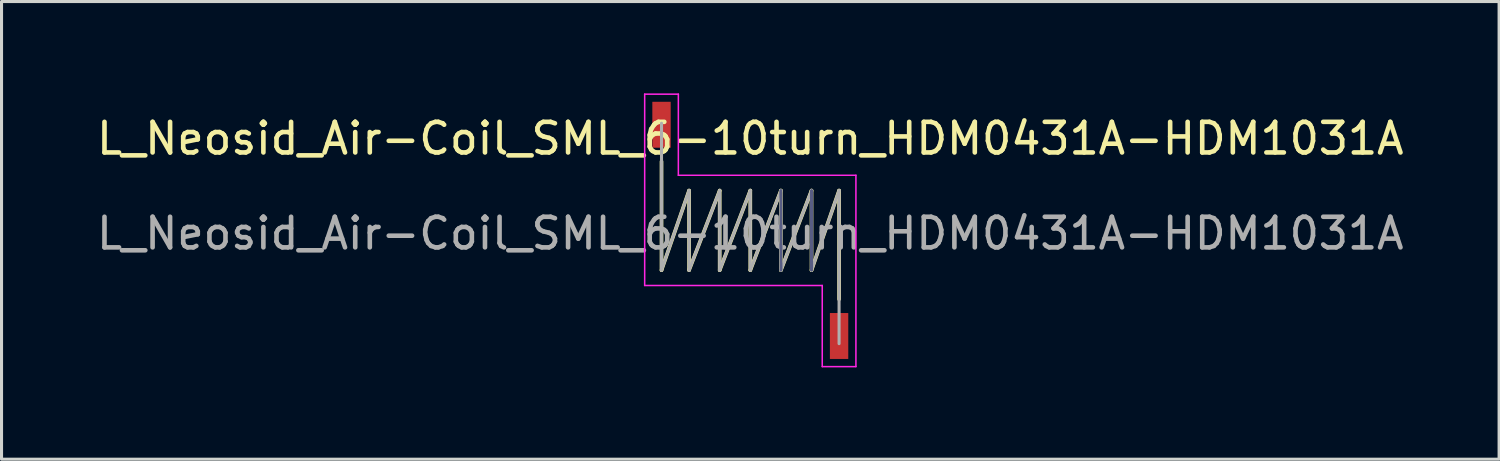
<source format=kicad_pcb>
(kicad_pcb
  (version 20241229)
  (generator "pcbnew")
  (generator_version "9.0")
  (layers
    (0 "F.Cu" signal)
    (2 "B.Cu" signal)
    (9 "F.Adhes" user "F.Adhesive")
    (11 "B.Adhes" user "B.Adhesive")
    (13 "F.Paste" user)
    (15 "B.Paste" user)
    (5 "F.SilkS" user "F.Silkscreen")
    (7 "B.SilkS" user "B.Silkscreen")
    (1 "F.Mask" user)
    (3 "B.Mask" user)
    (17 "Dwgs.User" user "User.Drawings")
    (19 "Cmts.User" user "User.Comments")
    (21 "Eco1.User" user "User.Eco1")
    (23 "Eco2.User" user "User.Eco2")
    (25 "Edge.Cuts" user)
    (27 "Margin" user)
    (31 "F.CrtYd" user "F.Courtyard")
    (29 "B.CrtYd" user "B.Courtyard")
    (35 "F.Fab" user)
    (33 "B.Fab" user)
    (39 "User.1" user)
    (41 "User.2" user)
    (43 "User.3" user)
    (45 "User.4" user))
  (footprint "L_Neosid_Air-Coil_SML_6-10turn_HDM0431A-HDM1031A"
    (layer "F.Cu")
    (at 21.458 4.475)
    (property "Reference" "L_Neosid_Air-Coil_SML_6-10turn_HDM0431A-HDM1031A" (at 0 -3 0) (layer "F.SilkS") (effects (font (size 1 1) (thickness 0.15))))
    (attr smd)
    (fp_line (start -2.9 1.3) (end -2.9 -2.25) (stroke (width 0.12) (type solid)) (layer "F.SilkS"))
    (fp_line (start -2.9 1.3) (end -2 -1.3) (stroke (width 0.12) (type solid)) (layer "F.SilkS"))
    (fp_line (start -2 1.3) (end -2 -1.3) (stroke (width 0.12) (type solid)) (layer "F.SilkS"))
    (fp_line (start -2 1.3) (end -1 -1.3) (stroke (width 0.12) (type solid)) (layer "F.SilkS"))
    (fp_line (start -1 1.3) (end -1 -1.3) (stroke (width 0.12) (type solid)) (layer "F.SilkS"))
    (fp_line (start -1 1.3) (end 0 -1.3) (stroke (width 0.12) (type solid)) (layer "F.SilkS"))
    (fp_line (start 0 1.3) (end 0 -1.3) (stroke (width 0.12) (type solid)) (layer "F.SilkS"))
    (fp_line (start 0 1.3) (end 1 -1.3) (stroke (width 0.12) (type solid)) (layer "F.SilkS"))
    (fp_line (start 1 1.3) (end 1 -1.3) (stroke (width 0.12) (type solid)) (layer "F.SilkS"))
    (fp_line (start 1 1.3) (end 2 -1.3) (stroke (width 0.12) (type solid)) (layer "F.SilkS"))
    (fp_line (start 2 1.3) (end 2 -1.3) (stroke (width 0.12) (type solid)) (layer "F.SilkS"))
    (fp_line (start 2 1.3) (end 2.9 -1.3) (stroke (width 0.12) (type solid)) (layer "F.SilkS"))
    (fp_line (start 2.9 -1.3) (end 2.9 2.25) (stroke (width 0.12) (type solid)) (layer "F.SilkS"))
    (fp_line (start -3.45 -4.45) (end -2.35 -4.45) (stroke (width 0.05) (type solid)) (layer "F.CrtYd"))
    (fp_line (start -3.45 1.8) (end -3.45 -4.45) (stroke (width 0.05) (type solid)) (layer "F.CrtYd"))
    (fp_line (start -2.35 -4.45) (end -2.35 -1.8) (stroke (width 0.05) (type solid)) (layer "F.CrtYd"))
    (fp_line (start -2.35 -1.8) (end 3.45 -1.8) (stroke (width 0.05) (type solid)) (layer "F.CrtYd"))
    (fp_line (start 2.35 1.8) (end -3.45 1.8) (stroke (width 0.05) (type solid)) (layer "F.CrtYd"))
    (fp_line (start 2.35 4.45) (end 2.35 1.8) (stroke (width 0.05) (type solid)) (layer "F.CrtYd"))
    (fp_line (start 3.45 -1.8) (end 3.45 4.45) (stroke (width 0.05) (type solid)) (layer "F.CrtYd"))
    (fp_line (start 3.45 4.45) (end 2.35 4.45) (stroke (width 0.05) (type solid)) (layer "F.CrtYd"))
    (fp_line (start 1 -1.3) (end 1 1.3) (stroke (width 0.1) (type solid)) (layer "B.Fab"))
    (fp_line (start 2 -1.3) (end 2 1.3) (stroke (width 0.1) (type solid)) (layer "B.Fab"))
    (fp_line (start -2.9 -3.5) (end -2.9 1.3) (stroke (width 0.1) (type solid)) (layer "F.Fab"))
    (fp_line (start -2.9 1.3) (end -2 -1.3) (stroke (width 0.1) (type solid)) (layer "F.Fab"))
    (fp_line (start -2 -1.3) (end -2 1.3) (stroke (width 0.1) (type solid)) (layer "F.Fab"))
    (fp_line (start -2 1.3) (end -1 -1.3) (stroke (width 0.1) (type solid)) (layer "F.Fab"))
    (fp_line (start -1 -1.3) (end -1 1.3) (stroke (width 0.1) (type solid)) (layer "F.Fab"))
    (fp_line (start -1 1.3) (end 0 -1.3) (stroke (width 0.1) (type solid)) (layer "F.Fab"))
    (fp_line (start 0 -1.3) (end 0 1.3) (stroke (width 0.1) (type solid)) (layer "F.Fab"))
    (fp_line (start 0 1.3) (end 1 -1.3) (stroke (width 0.1) (type solid)) (layer "F.Fab"))
    (fp_line (start 1 1.3) (end 2 -1.3) (stroke (width 0.1) (type solid)) (layer "F.Fab"))
    (fp_line (start 2 1.3) (end 2.9 -1.3) (stroke (width 0.1) (type solid)) (layer "F.Fab"))
    (fp_line (start 2.9 -1.3) (end 2.9 3.7) (stroke (width 0.1) (type solid)) (layer "F.Fab"))
    (fp_text user "${REFERENCE}" (at 0 0.1 0) (layer "F.Fab") (effects (font (size 1 1) (thickness 0.15))))
    (pad "1" smd rect (at -2.9 -3.45) (size 0.6 1.5) (layers "F.Cu" "F.Mask" "F.Paste"))
    (pad "2" smd rect (at 2.9 3.45) (size 0.6 1.5) (layers "F.Cu" "F.Mask" "F.Paste")))
  (gr_rect
    (start -3 -3)
    (end 45.917 11.95)
    (stroke (width 0.1) (type default))
    (fill no)
    (layer "Edge.Cuts")))
</source>
